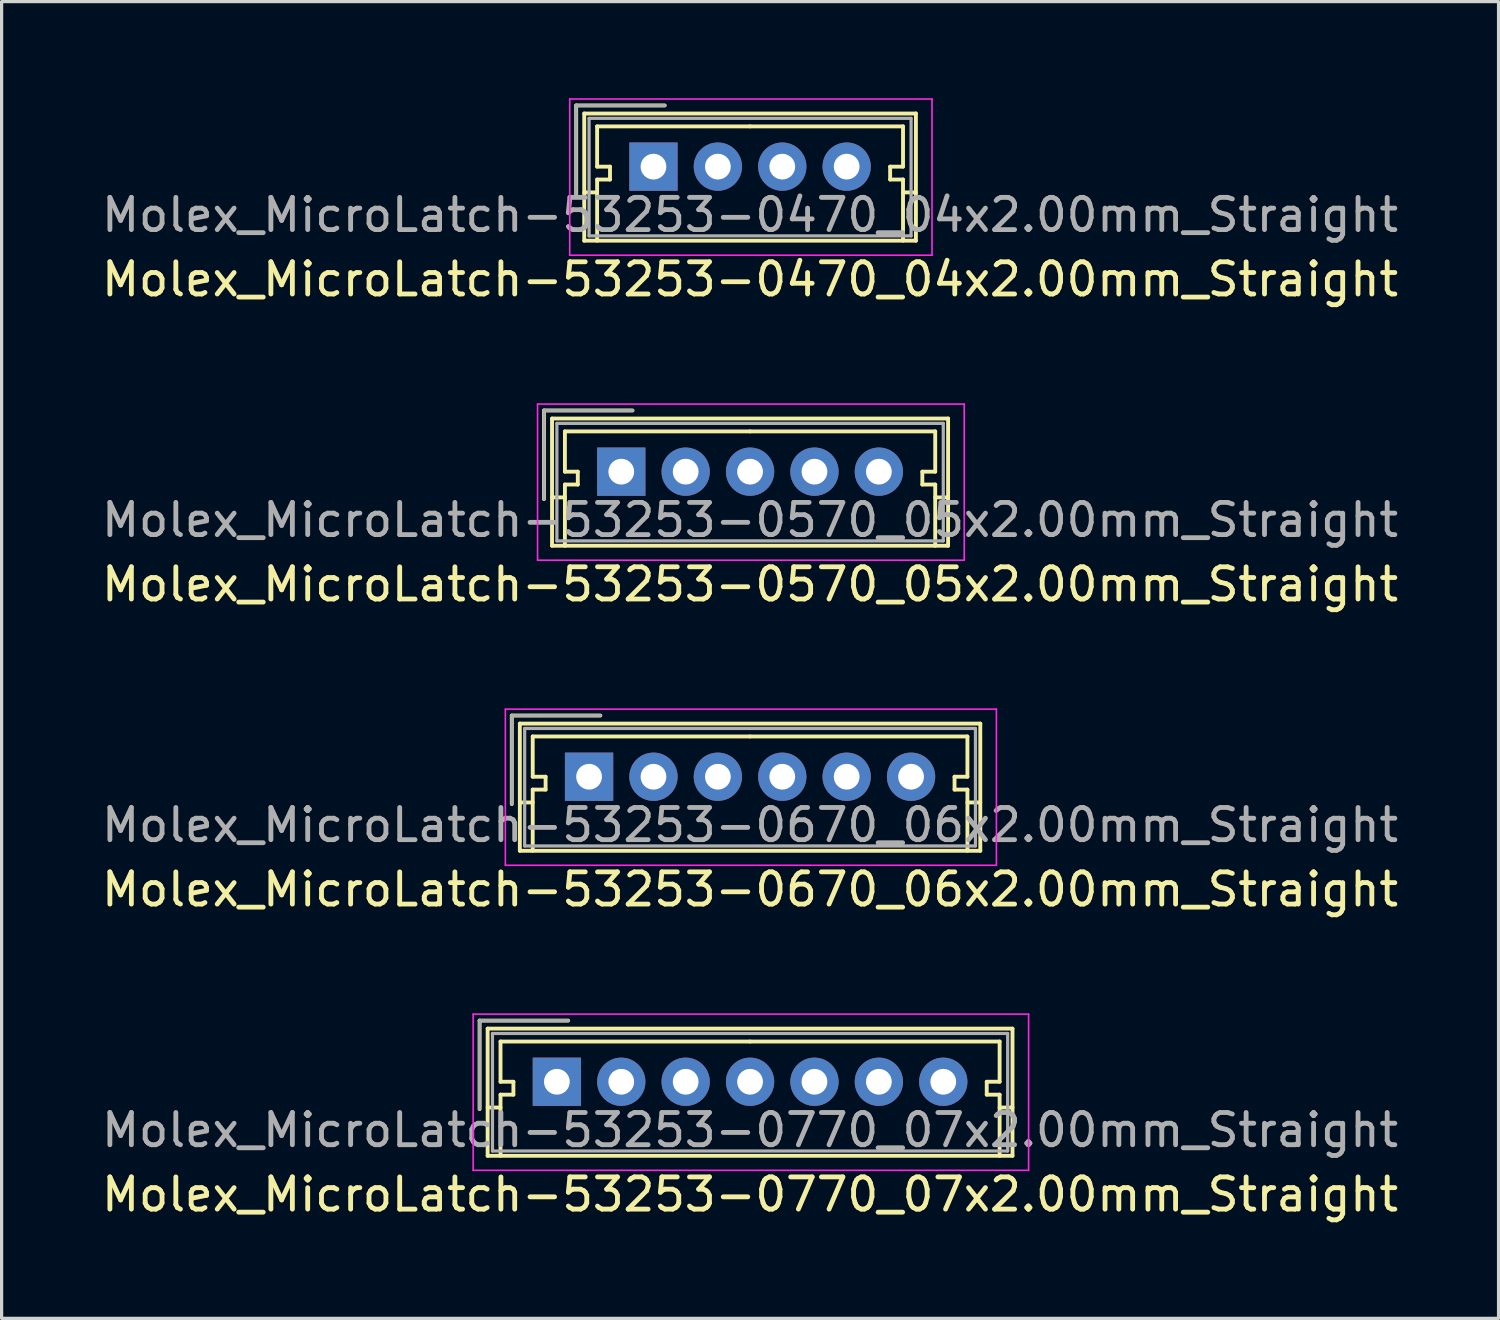
<source format=kicad_pcb>
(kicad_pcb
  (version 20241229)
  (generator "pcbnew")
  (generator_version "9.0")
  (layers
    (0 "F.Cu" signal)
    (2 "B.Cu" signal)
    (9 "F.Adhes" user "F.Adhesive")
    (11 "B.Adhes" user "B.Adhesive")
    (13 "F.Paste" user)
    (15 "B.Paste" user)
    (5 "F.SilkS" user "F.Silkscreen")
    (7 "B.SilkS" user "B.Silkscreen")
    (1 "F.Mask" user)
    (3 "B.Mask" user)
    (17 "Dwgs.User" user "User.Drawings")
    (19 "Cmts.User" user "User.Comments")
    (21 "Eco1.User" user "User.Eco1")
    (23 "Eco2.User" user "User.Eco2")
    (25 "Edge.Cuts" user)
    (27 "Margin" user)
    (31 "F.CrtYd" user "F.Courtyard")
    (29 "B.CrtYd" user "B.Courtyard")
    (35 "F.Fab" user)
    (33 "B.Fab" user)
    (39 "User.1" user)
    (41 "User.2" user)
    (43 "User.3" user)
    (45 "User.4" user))
  (footprint "Molex_MicroLatch-53253-0670_06x2.00mm_Straight"
    (layer "F.Cu")
    (at 15.244 21.072)
    (property "Reference" "Molex_MicroLatch-53253-0670_06x2.00mm_Straight" (at 5 3.5 0) (layer "F.SilkS") (effects (font (size 1 1) (thickness 0.15))))
    (attr through_hole)
    (fp_line (start -2.4 -1.9) (end -2.4 0.85) (stroke (width 0.12) (type solid)) (layer "F.SilkS"))
    (fp_line (start -2.15 -1.65) (end -2.15 2.3) (stroke (width 0.12) (type solid)) (layer "F.SilkS"))
    (fp_line (start -2.15 0.8) (end -1.75 0.8) (stroke (width 0.12) (type solid)) (layer "F.SilkS"))
    (fp_line (start -2.15 2.3) (end 12.15 2.3) (stroke (width 0.12) (type solid)) (layer "F.SilkS"))
    (fp_line (start -1.75 -1.25) (end -1.75 0) (stroke (width 0.12) (type solid)) (layer "F.SilkS"))
    (fp_line (start -1.75 0) (end -1.35 0) (stroke (width 0.12) (type solid)) (layer "F.SilkS"))
    (fp_line (start -1.75 0.4) (end -1.75 2.3) (stroke (width 0.12) (type solid)) (layer "F.SilkS"))
    (fp_line (start -1.35 0) (end -1.35 0.4) (stroke (width 0.12) (type solid)) (layer "F.SilkS"))
    (fp_line (start -1.35 0.4) (end -1.75 0.4) (stroke (width 0.12) (type solid)) (layer "F.SilkS"))
    (fp_line (start 0.35 -1.9) (end -2.4 -1.9) (stroke (width 0.12) (type solid)) (layer "F.SilkS"))
    (fp_line (start 5 -1.25) (end -1.75 -1.25) (stroke (width 0.12) (type solid)) (layer "F.SilkS"))
    (fp_line (start 5 -1.25) (end 11.75 -1.25) (stroke (width 0.12) (type solid)) (layer "F.SilkS"))
    (fp_line (start 11.35 0) (end 11.35 0.4) (stroke (width 0.12) (type solid)) (layer "F.SilkS"))
    (fp_line (start 11.35 0.4) (end 11.75 0.4) (stroke (width 0.12) (type solid)) (layer "F.SilkS"))
    (fp_line (start 11.75 -1.25) (end 11.75 0) (stroke (width 0.12) (type solid)) (layer "F.SilkS"))
    (fp_line (start 11.75 0) (end 11.35 0) (stroke (width 0.12) (type solid)) (layer "F.SilkS"))
    (fp_line (start 11.75 0.4) (end 11.75 2.3) (stroke (width 0.12) (type solid)) (layer "F.SilkS"))
    (fp_line (start 12.15 -1.65) (end -2.15 -1.65) (stroke (width 0.12) (type solid)) (layer "F.SilkS"))
    (fp_line (start 12.15 0.8) (end 11.75 0.8) (stroke (width 0.12) (type solid)) (layer "F.SilkS"))
    (fp_line (start 12.15 2.3) (end 12.15 -1.65) (stroke (width 0.12) (type solid)) (layer "F.SilkS"))
    (fp_line (start -2.6 -2.1) (end -2.6 2.75) (stroke (width 0.05) (type solid)) (layer "F.CrtYd"))
    (fp_line (start -2.6 2.75) (end 12.65 2.75) (stroke (width 0.05) (type solid)) (layer "F.CrtYd"))
    (fp_line (start 12.65 -2.1) (end -2.6 -2.1) (stroke (width 0.05) (type solid)) (layer "F.CrtYd"))
    (fp_line (start 12.65 2.75) (end 12.65 -2.1) (stroke (width 0.05) (type solid)) (layer "F.CrtYd"))
    (fp_line (start -2.4 -1.9) (end -2.4 0.85) (stroke (width 0.1) (type solid)) (layer "F.Fab"))
    (fp_line (start -2 -1.5) (end -2 2.15) (stroke (width 0.1) (type solid)) (layer "F.Fab"))
    (fp_line (start -2 2.15) (end 12 2.15) (stroke (width 0.1) (type solid)) (layer "F.Fab"))
    (fp_line (start 0.35 -1.9) (end -2.4 -1.9) (stroke (width 0.1) (type solid)) (layer "F.Fab"))
    (fp_line (start 12 -1.5) (end -2 -1.5) (stroke (width 0.1) (type solid)) (layer "F.Fab"))
    (fp_line (start 12 2.15) (end 12 -1.5) (stroke (width 0.1) (type solid)) (layer "F.Fab"))
    (fp_text user "${REFERENCE}" (at 5 1.5 0) (layer "F.Fab") (effects (font (size 1 1) (thickness 0.15))))
    (pad "1" thru_hole rect (at 0 0) (size 1.5 1.5) (drill 0.8) (layers "*.Cu" "*.Mask"))
    (pad "2" thru_hole circle (at 2 0) (size 1.5 1.5) (drill 0.8) (layers "*.Cu" "*.Mask"))
    (pad "3" thru_hole circle (at 4 0) (size 1.5 1.5) (drill 0.8) (layers "*.Cu" "*.Mask"))
    (pad "4" thru_hole circle (at 6 0) (size 1.5 1.5) (drill 0.8) (layers "*.Cu" "*.Mask"))
    (pad "5" thru_hole circle (at 8 0) (size 1.5 1.5) (drill 0.8) (layers "*.Cu" "*.Mask"))
    (pad "6" thru_hole circle (at 10 0) (size 1.5 1.5) (drill 0.8) (layers "*.Cu" "*.Mask")))
  (footprint "Molex_MicroLatch-53253-0570_05x2.00mm_Straight"
    (layer "F.Cu")
    (at 16.244 11.598)
    (property "Reference" "Molex_MicroLatch-53253-0570_05x2.00mm_Straight" (at 4 3.5 0) (layer "F.SilkS") (effects (font (size 1 1) (thickness 0.15))))
    (attr through_hole)
    (fp_line (start -2.4 -1.9) (end -2.4 0.85) (stroke (width 0.12) (type solid)) (layer "F.SilkS"))
    (fp_line (start -2.15 -1.65) (end -2.15 2.3) (stroke (width 0.12) (type solid)) (layer "F.SilkS"))
    (fp_line (start -2.15 0.8) (end -1.75 0.8) (stroke (width 0.12) (type solid)) (layer "F.SilkS"))
    (fp_line (start -2.15 2.3) (end 10.15 2.3) (stroke (width 0.12) (type solid)) (layer "F.SilkS"))
    (fp_line (start -1.75 -1.25) (end -1.75 0) (stroke (width 0.12) (type solid)) (layer "F.SilkS"))
    (fp_line (start -1.75 0) (end -1.35 0) (stroke (width 0.12) (type solid)) (layer "F.SilkS"))
    (fp_line (start -1.75 0.4) (end -1.75 2.3) (stroke (width 0.12) (type solid)) (layer "F.SilkS"))
    (fp_line (start -1.35 0) (end -1.35 0.4) (stroke (width 0.12) (type solid)) (layer "F.SilkS"))
    (fp_line (start -1.35 0.4) (end -1.75 0.4) (stroke (width 0.12) (type solid)) (layer "F.SilkS"))
    (fp_line (start 0.35 -1.9) (end -2.4 -1.9) (stroke (width 0.12) (type solid)) (layer "F.SilkS"))
    (fp_line (start 4 -1.25) (end -1.75 -1.25) (stroke (width 0.12) (type solid)) (layer "F.SilkS"))
    (fp_line (start 4 -1.25) (end 9.75 -1.25) (stroke (width 0.12) (type solid)) (layer "F.SilkS"))
    (fp_line (start 9.35 0) (end 9.35 0.4) (stroke (width 0.12) (type solid)) (layer "F.SilkS"))
    (fp_line (start 9.35 0.4) (end 9.75 0.4) (stroke (width 0.12) (type solid)) (layer "F.SilkS"))
    (fp_line (start 9.75 -1.25) (end 9.75 0) (stroke (width 0.12) (type solid)) (layer "F.SilkS"))
    (fp_line (start 9.75 0) (end 9.35 0) (stroke (width 0.12) (type solid)) (layer "F.SilkS"))
    (fp_line (start 9.75 0.4) (end 9.75 2.3) (stroke (width 0.12) (type solid)) (layer "F.SilkS"))
    (fp_line (start 10.15 -1.65) (end -2.15 -1.65) (stroke (width 0.12) (type solid)) (layer "F.SilkS"))
    (fp_line (start 10.15 0.8) (end 9.75 0.8) (stroke (width 0.12) (type solid)) (layer "F.SilkS"))
    (fp_line (start 10.15 2.3) (end 10.15 -1.65) (stroke (width 0.12) (type solid)) (layer "F.SilkS"))
    (fp_line (start -2.6 -2.1) (end -2.6 2.75) (stroke (width 0.05) (type solid)) (layer "F.CrtYd"))
    (fp_line (start -2.6 2.75) (end 10.65 2.75) (stroke (width 0.05) (type solid)) (layer "F.CrtYd"))
    (fp_line (start 10.65 -2.1) (end -2.6 -2.1) (stroke (width 0.05) (type solid)) (layer "F.CrtYd"))
    (fp_line (start 10.65 2.75) (end 10.65 -2.1) (stroke (width 0.05) (type solid)) (layer "F.CrtYd"))
    (fp_line (start -2.4 -1.9) (end -2.4 0.85) (stroke (width 0.1) (type solid)) (layer "F.Fab"))
    (fp_line (start -2 -1.5) (end -2 2.15) (stroke (width 0.1) (type solid)) (layer "F.Fab"))
    (fp_line (start -2 2.15) (end 10 2.15) (stroke (width 0.1) (type solid)) (layer "F.Fab"))
    (fp_line (start 0.35 -1.9) (end -2.4 -1.9) (stroke (width 0.1) (type solid)) (layer "F.Fab"))
    (fp_line (start 10 -1.5) (end -2 -1.5) (stroke (width 0.1) (type solid)) (layer "F.Fab"))
    (fp_line (start 10 2.15) (end 10 -1.5) (stroke (width 0.1) (type solid)) (layer "F.Fab"))
    (fp_text user "${REFERENCE}" (at 4 1.5 0) (layer "F.Fab") (effects (font (size 1 1) (thickness 0.15))))
    (pad "1" thru_hole rect (at 0 0) (size 1.5 1.5) (drill 0.8) (layers "*.Cu" "*.Mask"))
    (pad "2" thru_hole circle (at 2 0) (size 1.5 1.5) (drill 0.8) (layers "*.Cu" "*.Mask"))
    (pad "3" thru_hole circle (at 4 0) (size 1.5 1.5) (drill 0.8) (layers "*.Cu" "*.Mask"))
    (pad "4" thru_hole circle (at 6 0) (size 1.5 1.5) (drill 0.8) (layers "*.Cu" "*.Mask"))
    (pad "5" thru_hole circle (at 8 0) (size 1.5 1.5) (drill 0.8) (layers "*.Cu" "*.Mask")))
  (footprint "Molex_MicroLatch-53253-0770_07x2.00mm_Straight"
    (layer "F.Cu")
    (at 14.244 30.545)
    (property "Reference" "Molex_MicroLatch-53253-0770_07x2.00mm_Straight" (at 6 3.5 0) (layer "F.SilkS") (effects (font (size 1 1) (thickness 0.15))))
    (attr through_hole)
    (fp_line (start -2.4 -1.9) (end -2.4 0.85) (stroke (width 0.12) (type solid)) (layer "F.SilkS"))
    (fp_line (start -2.15 -1.65) (end -2.15 2.3) (stroke (width 0.12) (type solid)) (layer "F.SilkS"))
    (fp_line (start -2.15 0.8) (end -1.75 0.8) (stroke (width 0.12) (type solid)) (layer "F.SilkS"))
    (fp_line (start -2.15 2.3) (end 14.15 2.3) (stroke (width 0.12) (type solid)) (layer "F.SilkS"))
    (fp_line (start -1.75 -1.25) (end -1.75 0) (stroke (width 0.12) (type solid)) (layer "F.SilkS"))
    (fp_line (start -1.75 0) (end -1.35 0) (stroke (width 0.12) (type solid)) (layer "F.SilkS"))
    (fp_line (start -1.75 0.4) (end -1.75 2.3) (stroke (width 0.12) (type solid)) (layer "F.SilkS"))
    (fp_line (start -1.35 0) (end -1.35 0.4) (stroke (width 0.12) (type solid)) (layer "F.SilkS"))
    (fp_line (start -1.35 0.4) (end -1.75 0.4) (stroke (width 0.12) (type solid)) (layer "F.SilkS"))
    (fp_line (start 0.35 -1.9) (end -2.4 -1.9) (stroke (width 0.12) (type solid)) (layer "F.SilkS"))
    (fp_line (start 6 -1.25) (end -1.75 -1.25) (stroke (width 0.12) (type solid)) (layer "F.SilkS"))
    (fp_line (start 6 -1.25) (end 13.75 -1.25) (stroke (width 0.12) (type solid)) (layer "F.SilkS"))
    (fp_line (start 13.35 0) (end 13.35 0.4) (stroke (width 0.12) (type solid)) (layer "F.SilkS"))
    (fp_line (start 13.35 0.4) (end 13.75 0.4) (stroke (width 0.12) (type solid)) (layer "F.SilkS"))
    (fp_line (start 13.75 -1.25) (end 13.75 0) (stroke (width 0.12) (type solid)) (layer "F.SilkS"))
    (fp_line (start 13.75 0) (end 13.35 0) (stroke (width 0.12) (type solid)) (layer "F.SilkS"))
    (fp_line (start 13.75 0.4) (end 13.75 2.3) (stroke (width 0.12) (type solid)) (layer "F.SilkS"))
    (fp_line (start 14.15 -1.65) (end -2.15 -1.65) (stroke (width 0.12) (type solid)) (layer "F.SilkS"))
    (fp_line (start 14.15 0.8) (end 13.75 0.8) (stroke (width 0.12) (type solid)) (layer "F.SilkS"))
    (fp_line (start 14.15 2.3) (end 14.15 -1.65) (stroke (width 0.12) (type solid)) (layer "F.SilkS"))
    (fp_line (start -2.6 -2.1) (end -2.6 2.75) (stroke (width 0.05) (type solid)) (layer "F.CrtYd"))
    (fp_line (start -2.6 2.75) (end 14.65 2.75) (stroke (width 0.05) (type solid)) (layer "F.CrtYd"))
    (fp_line (start 14.65 -2.1) (end -2.6 -2.1) (stroke (width 0.05) (type solid)) (layer "F.CrtYd"))
    (fp_line (start 14.65 2.75) (end 14.65 -2.1) (stroke (width 0.05) (type solid)) (layer "F.CrtYd"))
    (fp_line (start -2.4 -1.9) (end -2.4 0.85) (stroke (width 0.1) (type solid)) (layer "F.Fab"))
    (fp_line (start -2 -1.5) (end -2 2.15) (stroke (width 0.1) (type solid)) (layer "F.Fab"))
    (fp_line (start -2 2.15) (end 14 2.15) (stroke (width 0.1) (type solid)) (layer "F.Fab"))
    (fp_line (start 0.35 -1.9) (end -2.4 -1.9) (stroke (width 0.1) (type solid)) (layer "F.Fab"))
    (fp_line (start 14 -1.5) (end -2 -1.5) (stroke (width 0.1) (type solid)) (layer "F.Fab"))
    (fp_line (start 14 2.15) (end 14 -1.5) (stroke (width 0.1) (type solid)) (layer "F.Fab"))
    (fp_text user "${REFERENCE}" (at 6 1.5 0) (layer "F.Fab") (effects (font (size 1 1) (thickness 0.15))))
    (pad "1" thru_hole rect (at 0 0) (size 1.5 1.5) (drill 0.8) (layers "*.Cu" "*.Mask"))
    (pad "2" thru_hole circle (at 2 0) (size 1.5 1.5) (drill 0.8) (layers "*.Cu" "*.Mask"))
    (pad "3" thru_hole circle (at 4 0) (size 1.5 1.5) (drill 0.8) (layers "*.Cu" "*.Mask"))
    (pad "4" thru_hole circle (at 6 0) (size 1.5 1.5) (drill 0.8) (layers "*.Cu" "*.Mask"))
    (pad "5" thru_hole circle (at 8 0) (size 1.5 1.5) (drill 0.8) (layers "*.Cu" "*.Mask"))
    (pad "6" thru_hole circle (at 10 0) (size 1.5 1.5) (drill 0.8) (layers "*.Cu" "*.Mask"))
    (pad "7" thru_hole circle (at 12 0) (size 1.5 1.5) (drill 0.8) (layers "*.Cu" "*.Mask")))
  (footprint "Molex_MicroLatch-53253-0470_04x2.00mm_Straight"
    (layer "F.Cu")
    (at 17.244 2.125)
    (property "Reference" "Molex_MicroLatch-53253-0470_04x2.00mm_Straight" (at 3 3.5 0) (layer "F.SilkS") (effects (font (size 1 1) (thickness 0.15))))
    (attr through_hole)
    (fp_line (start -2.4 -1.9) (end -2.4 0.85) (stroke (width 0.12) (type solid)) (layer "F.SilkS"))
    (fp_line (start -2.15 -1.65) (end -2.15 2.3) (stroke (width 0.12) (type solid)) (layer "F.SilkS"))
    (fp_line (start -2.15 0.8) (end -1.75 0.8) (stroke (width 0.12) (type solid)) (layer "F.SilkS"))
    (fp_line (start -2.15 2.3) (end 8.15 2.3) (stroke (width 0.12) (type solid)) (layer "F.SilkS"))
    (fp_line (start -1.75 -1.25) (end -1.75 0) (stroke (width 0.12) (type solid)) (layer "F.SilkS"))
    (fp_line (start -1.75 0) (end -1.35 0) (stroke (width 0.12) (type solid)) (layer "F.SilkS"))
    (fp_line (start -1.75 0.4) (end -1.75 2.3) (stroke (width 0.12) (type solid)) (layer "F.SilkS"))
    (fp_line (start -1.35 0) (end -1.35 0.4) (stroke (width 0.12) (type solid)) (layer "F.SilkS"))
    (fp_line (start -1.35 0.4) (end -1.75 0.4) (stroke (width 0.12) (type solid)) (layer "F.SilkS"))
    (fp_line (start 0.35 -1.9) (end -2.4 -1.9) (stroke (width 0.12) (type solid)) (layer "F.SilkS"))
    (fp_line (start 3 -1.25) (end -1.75 -1.25) (stroke (width 0.12) (type solid)) (layer "F.SilkS"))
    (fp_line (start 3 -1.25) (end 7.75 -1.25) (stroke (width 0.12) (type solid)) (layer "F.SilkS"))
    (fp_line (start 7.35 0) (end 7.35 0.4) (stroke (width 0.12) (type solid)) (layer "F.SilkS"))
    (fp_line (start 7.35 0.4) (end 7.75 0.4) (stroke (width 0.12) (type solid)) (layer "F.SilkS"))
    (fp_line (start 7.75 -1.25) (end 7.75 0) (stroke (width 0.12) (type solid)) (layer "F.SilkS"))
    (fp_line (start 7.75 0) (end 7.35 0) (stroke (width 0.12) (type solid)) (layer "F.SilkS"))
    (fp_line (start 7.75 0.4) (end 7.75 2.3) (stroke (width 0.12) (type solid)) (layer "F.SilkS"))
    (fp_line (start 8.15 -1.65) (end -2.15 -1.65) (stroke (width 0.12) (type solid)) (layer "F.SilkS"))
    (fp_line (start 8.15 0.8) (end 7.75 0.8) (stroke (width 0.12) (type solid)) (layer "F.SilkS"))
    (fp_line (start 8.15 2.3) (end 8.15 -1.65) (stroke (width 0.12) (type solid)) (layer "F.SilkS"))
    (fp_line (start -2.6 -2.1) (end -2.6 2.75) (stroke (width 0.05) (type solid)) (layer "F.CrtYd"))
    (fp_line (start -2.6 2.75) (end 8.65 2.75) (stroke (width 0.05) (type solid)) (layer "F.CrtYd"))
    (fp_line (start 8.65 -2.1) (end -2.6 -2.1) (stroke (width 0.05) (type solid)) (layer "F.CrtYd"))
    (fp_line (start 8.65 2.75) (end 8.65 -2.1) (stroke (width 0.05) (type solid)) (layer "F.CrtYd"))
    (fp_line (start -2.4 -1.9) (end -2.4 0.85) (stroke (width 0.1) (type solid)) (layer "F.Fab"))
    (fp_line (start -2 -1.5) (end -2 2.15) (stroke (width 0.1) (type solid)) (layer "F.Fab"))
    (fp_line (start -2 2.15) (end 8 2.15) (stroke (width 0.1) (type solid)) (layer "F.Fab"))
    (fp_line (start 0.35 -1.9) (end -2.4 -1.9) (stroke (width 0.1) (type solid)) (layer "F.Fab"))
    (fp_line (start 8 -1.5) (end -2 -1.5) (stroke (width 0.1) (type solid)) (layer "F.Fab"))
    (fp_line (start 8 2.15) (end 8 -1.5) (stroke (width 0.1) (type solid)) (layer "F.Fab"))
    (fp_text user "${REFERENCE}" (at 3 1.5 0) (layer "F.Fab") (effects (font (size 1 1) (thickness 0.15))))
    (pad "1" thru_hole rect (at 0 0) (size 1.5 1.5) (drill 0.8) (layers "*.Cu" "*.Mask"))
    (pad "2" thru_hole circle (at 2 0) (size 1.5 1.5) (drill 0.8) (layers "*.Cu" "*.Mask"))
    (pad "3" thru_hole circle (at 4 0) (size 1.5 1.5) (drill 0.8) (layers "*.Cu" "*.Mask"))
    (pad "4" thru_hole circle (at 6 0) (size 1.5 1.5) (drill 0.8) (layers "*.Cu" "*.Mask")))
  (gr_rect
    (start -3 -3)
    (end 43.488 37.893)
    (stroke (width 0.1) (type default))
    (fill no)
    (layer "Edge.Cuts")))
</source>
